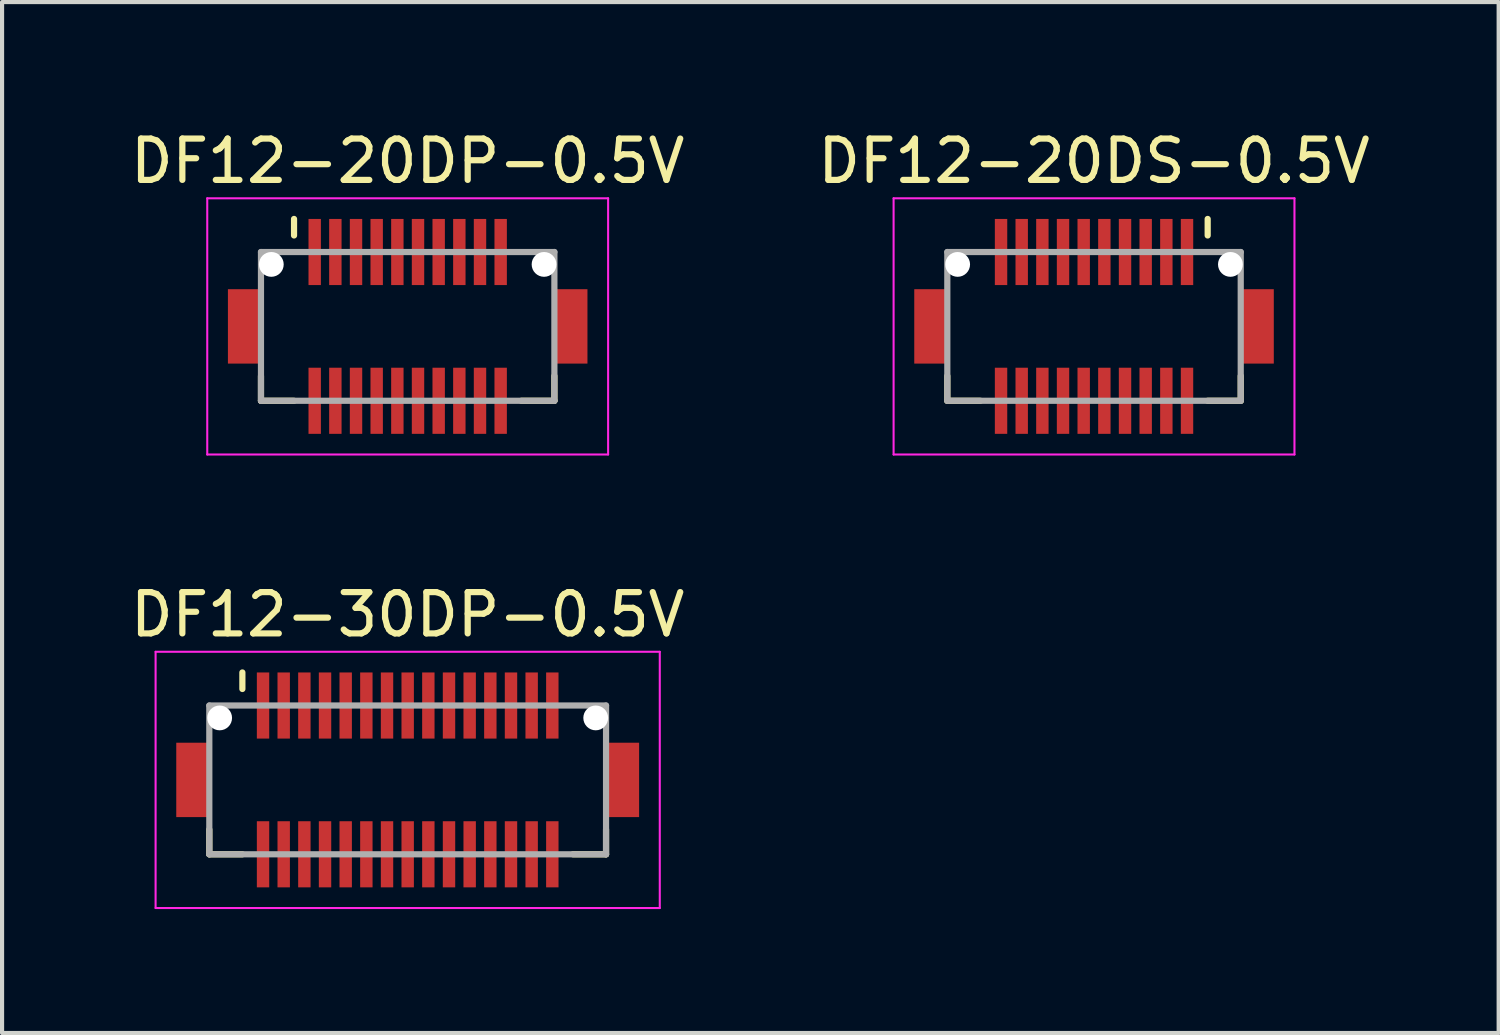
<source format=kicad_pcb>
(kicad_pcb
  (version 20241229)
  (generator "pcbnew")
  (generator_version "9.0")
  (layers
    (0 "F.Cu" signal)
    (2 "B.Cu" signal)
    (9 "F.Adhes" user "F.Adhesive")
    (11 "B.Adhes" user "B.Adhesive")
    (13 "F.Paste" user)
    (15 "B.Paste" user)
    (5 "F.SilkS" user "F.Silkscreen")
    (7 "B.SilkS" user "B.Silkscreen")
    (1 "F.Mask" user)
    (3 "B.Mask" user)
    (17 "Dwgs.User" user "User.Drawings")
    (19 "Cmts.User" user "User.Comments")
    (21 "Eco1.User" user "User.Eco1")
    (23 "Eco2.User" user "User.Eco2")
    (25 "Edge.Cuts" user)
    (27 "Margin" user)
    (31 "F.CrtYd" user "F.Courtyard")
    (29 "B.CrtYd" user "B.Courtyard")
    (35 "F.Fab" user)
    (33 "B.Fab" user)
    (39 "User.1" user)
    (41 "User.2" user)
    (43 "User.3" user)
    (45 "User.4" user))
  (footprint "DF12-20DS-0.5V"
    (layer "F.Cu")
    (at 23.423 4.848)
    (property "Reference" "DF12-20DS-0.5V" (at 0 -4 0) (layer "F.SilkS") (effects (font (size 1 1) (thickness 0.15))))
    (attr smd)
    (fp_line (start -3.55 1.2) (end -3.55 1.8) (stroke (width 0.15) (type solid)) (layer "F.SilkS"))
    (fp_line (start -3.55 1.8) (end -2.75 1.8) (stroke (width 0.15) (type solid)) (layer "F.SilkS"))
    (fp_line (start 2.75 -2.6) (end 2.75 -2.2) (stroke (width 0.15) (type solid)) (layer "F.SilkS"))
    (fp_line (start 2.75 1.8) (end 3.55 1.8) (stroke (width 0.15) (type solid)) (layer "F.SilkS"))
    (fp_line (start 3.55 1.2) (end 3.55 1.8) (stroke (width 0.15) (type solid)) (layer "F.SilkS"))
    (fp_line (start -4.85 -3.1) (end -4.85 3.1) (stroke (width 0.05) (type solid)) (layer "F.CrtYd"))
    (fp_line (start -4.85 -3.1) (end 4.85 -3.1) (stroke (width 0.05) (type solid)) (layer "F.CrtYd"))
    (fp_line (start -4.85 3.1) (end 4.85 3.1) (stroke (width 0.05) (type solid)) (layer "F.CrtYd"))
    (fp_line (start 4.85 -3.1) (end 4.85 3.1) (stroke (width 0.05) (type solid)) (layer "F.CrtYd"))
    (fp_line (start -3.55 -1.8) (end -3.55 1.8) (stroke (width 0.15) (type solid)) (layer "F.Fab"))
    (fp_line (start -3.55 -1.8) (end 3.55 -1.8) (stroke (width 0.15) (type solid)) (layer "F.Fab"))
    (fp_line (start -3.55 1.8) (end 3.55 1.8) (stroke (width 0.15) (type solid)) (layer "F.Fab"))
    (fp_line (start 3.55 -1.8) (end 3.55 1.8) (stroke (width 0.15) (type solid)) (layer "F.Fab"))
    (pad "" np_thru_hole circle (at -3.3 -1.5) (size 0.6 0.6) (drill 0.6) (layers "*.Cu" "*.Mask"))
    (pad "" np_thru_hole circle (at 3.3 -1.5) (size 0.6 0.6) (drill 0.6) (layers "*.Cu" "*.Mask"))
    (pad "1" smd rect (at 2.25 -1.8) (size 0.3 1.6) (layers "F.Cu" "F.Mask" "F.Paste"))
    (pad "2" smd rect (at 2.25 1.8) (size 0.3 1.6) (layers "F.Cu" "F.Mask" "F.Paste"))
    (pad "3" smd rect (at 1.75 -1.8) (size 0.3 1.6) (layers "F.Cu" "F.Mask" "F.Paste"))
    (pad "4" smd rect (at 1.75 1.8) (size 0.3 1.6) (layers "F.Cu" "F.Mask" "F.Paste"))
    (pad "5" smd rect (at 1.25 -1.8) (size 0.3 1.6) (layers "F.Cu" "F.Mask" "F.Paste"))
    (pad "6" smd rect (at 1.25 1.8) (size 0.3 1.6) (layers "F.Cu" "F.Mask" "F.Paste"))
    (pad "7" smd rect (at 0.75 -1.8) (size 0.3 1.6) (layers "F.Cu" "F.Mask" "F.Paste"))
    (pad "8" smd rect (at 0.75 1.8) (size 0.3 1.6) (layers "F.Cu" "F.Mask" "F.Paste"))
    (pad "9" smd rect (at 0.25 -1.8) (size 0.3 1.6) (layers "F.Cu" "F.Mask" "F.Paste"))
    (pad "10" smd rect (at 0.25 1.8) (size 0.3 1.6) (layers "F.Cu" "F.Mask" "F.Paste"))
    (pad "11" smd rect (at -0.25 -1.8) (size 0.3 1.6) (layers "F.Cu" "F.Mask" "F.Paste"))
    (pad "12" smd rect (at -0.25 1.8) (size 0.3 1.6) (layers "F.Cu" "F.Mask" "F.Paste"))
    (pad "13" smd rect (at -0.75 -1.8) (size 0.3 1.6) (layers "F.Cu" "F.Mask" "F.Paste"))
    (pad "14" smd rect (at -0.75 1.8) (size 0.3 1.6) (layers "F.Cu" "F.Mask" "F.Paste"))
    (pad "15" smd rect (at -1.25 -1.8) (size 0.3 1.6) (layers "F.Cu" "F.Mask" "F.Paste"))
    (pad "16" smd rect (at -1.25 1.8) (size 0.3 1.6) (layers "F.Cu" "F.Mask" "F.Paste"))
    (pad "17" smd rect (at -1.75 -1.8) (size 0.3 1.6) (layers "F.Cu" "F.Mask" "F.Paste"))
    (pad "18" smd rect (at -1.75 1.8) (size 0.3 1.6) (layers "F.Cu" "F.Mask" "F.Paste"))
    (pad "19" smd rect (at -2.25 -1.8) (size 0.3 1.6) (layers "F.Cu" "F.Mask" "F.Paste"))
    (pad "20" smd rect (at -2.25 1.8) (size 0.3 1.6) (layers "F.Cu" "F.Mask" "F.Paste"))
    (pad "S" smd rect (at -3.95 0) (size 0.8 1.8) (layers "F.Cu" "F.Mask" "F.Paste"))
    (pad "S" smd rect (at 3.95 0) (size 0.8 1.8) (layers "F.Cu" "F.Mask" "F.Paste")))
  (footprint "DF12-30DP-0.5V"
    (layer "F.Cu")
    (at 6.815 15.822)
    (property "Reference" "DF12-30DP-0.5V" (at 0 -4 0) (layer "F.SilkS") (effects (font (size 1 1) (thickness 0.15))))
    (attr smd)
    (fp_line (start -4.8 1.2) (end -4.8 1.8) (stroke (width 0.15) (type solid)) (layer "F.SilkS"))
    (fp_line (start -4.8 1.8) (end -4 1.8) (stroke (width 0.15) (type solid)) (layer "F.SilkS"))
    (fp_line (start -4 -2.6) (end -4 -2.2) (stroke (width 0.15) (type solid)) (layer "F.SilkS"))
    (fp_line (start 4 1.8) (end 4.8 1.8) (stroke (width 0.15) (type solid)) (layer "F.SilkS"))
    (fp_line (start 4.8 1.2) (end 4.8 1.8) (stroke (width 0.15) (type solid)) (layer "F.SilkS"))
    (fp_line (start -6.1 -3.1) (end -6.1 3.1) (stroke (width 0.05) (type solid)) (layer "F.CrtYd"))
    (fp_line (start -6.1 -3.1) (end 6.1 -3.1) (stroke (width 0.05) (type solid)) (layer "F.CrtYd"))
    (fp_line (start -6.1 3.1) (end 6.1 3.1) (stroke (width 0.05) (type solid)) (layer "F.CrtYd"))
    (fp_line (start 6.1 -3.1) (end 6.1 3.1) (stroke (width 0.05) (type solid)) (layer "F.CrtYd"))
    (fp_line (start -4.8 -1.8) (end -4.8 1.8) (stroke (width 0.15) (type solid)) (layer "F.Fab"))
    (fp_line (start -4.8 -1.8) (end 4.8 -1.8) (stroke (width 0.15) (type solid)) (layer "F.Fab"))
    (fp_line (start -4.8 1.8) (end 4.8 1.8) (stroke (width 0.15) (type solid)) (layer "F.Fab"))
    (fp_line (start 4.8 -1.8) (end 4.8 1.8) (stroke (width 0.15) (type solid)) (layer "F.Fab"))
    (pad "" np_thru_hole circle (at -4.55 -1.5) (size 0.6 0.6) (drill 0.6) (layers "*.Cu" "*.Mask"))
    (pad "" np_thru_hole circle (at 4.55 -1.5) (size 0.6 0.6) (drill 0.6) (layers "*.Cu" "*.Mask"))
    (pad "1" smd rect (at -3.5 -1.8) (size 0.3 1.6) (layers "F.Cu" "F.Mask" "F.Paste"))
    (pad "2" smd rect (at -3.5 1.8) (size 0.3 1.6) (layers "F.Cu" "F.Mask" "F.Paste"))
    (pad "3" smd rect (at -3 -1.8) (size 0.3 1.6) (layers "F.Cu" "F.Mask" "F.Paste"))
    (pad "4" smd rect (at -3 1.8) (size 0.3 1.6) (layers "F.Cu" "F.Mask" "F.Paste"))
    (pad "5" smd rect (at -2.5 -1.8) (size 0.3 1.6) (layers "F.Cu" "F.Mask" "F.Paste"))
    (pad "6" smd rect (at -2.5 1.8) (size 0.3 1.6) (layers "F.Cu" "F.Mask" "F.Paste"))
    (pad "7" smd rect (at -2 -1.8) (size 0.3 1.6) (layers "F.Cu" "F.Mask" "F.Paste"))
    (pad "8" smd rect (at -2 1.8) (size 0.3 1.6) (layers "F.Cu" "F.Mask" "F.Paste"))
    (pad "9" smd rect (at -1.5 -1.8) (size 0.3 1.6) (layers "F.Cu" "F.Mask" "F.Paste"))
    (pad "10" smd rect (at -1.5 1.8) (size 0.3 1.6) (layers "F.Cu" "F.Mask" "F.Paste"))
    (pad "11" smd rect (at -1 -1.8) (size 0.3 1.6) (layers "F.Cu" "F.Mask" "F.Paste"))
    (pad "12" smd rect (at -1 1.8) (size 0.3 1.6) (layers "F.Cu" "F.Mask" "F.Paste"))
    (pad "13" smd rect (at -0.5 -1.8) (size 0.3 1.6) (layers "F.Cu" "F.Mask" "F.Paste"))
    (pad "14" smd rect (at -0.5 1.8) (size 0.3 1.6) (layers "F.Cu" "F.Mask" "F.Paste"))
    (pad "15" smd rect (at 0 -1.8) (size 0.3 1.6) (layers "F.Cu" "F.Mask" "F.Paste"))
    (pad "16" smd rect (at 0 1.8) (size 0.3 1.6) (layers "F.Cu" "F.Mask" "F.Paste"))
    (pad "17" smd rect (at 0.5 -1.8) (size 0.3 1.6) (layers "F.Cu" "F.Mask" "F.Paste"))
    (pad "18" smd rect (at 0.5 1.8) (size 0.3 1.6) (layers "F.Cu" "F.Mask" "F.Paste"))
    (pad "19" smd rect (at 1 -1.8) (size 0.3 1.6) (layers "F.Cu" "F.Mask" "F.Paste"))
    (pad "20" smd rect (at 1 1.8) (size 0.3 1.6) (layers "F.Cu" "F.Mask" "F.Paste"))
    (pad "21" smd rect (at 1.5 -1.8) (size 0.3 1.6) (layers "F.Cu" "F.Mask" "F.Paste"))
    (pad "22" smd rect (at 1.5 1.8) (size 0.3 1.6) (layers "F.Cu" "F.Mask" "F.Paste"))
    (pad "23" smd rect (at 2 -1.8) (size 0.3 1.6) (layers "F.Cu" "F.Mask" "F.Paste"))
    (pad "24" smd rect (at 2 1.8) (size 0.3 1.6) (layers "F.Cu" "F.Mask" "F.Paste"))
    (pad "25" smd rect (at 2.5 -1.8) (size 0.3 1.6) (layers "F.Cu" "F.Mask" "F.Paste"))
    (pad "26" smd rect (at 2.5 1.8) (size 0.3 1.6) (layers "F.Cu" "F.Mask" "F.Paste"))
    (pad "27" smd rect (at 3 -1.8) (size 0.3 1.6) (layers "F.Cu" "F.Mask" "F.Paste"))
    (pad "28" smd rect (at 3 1.8) (size 0.3 1.6) (layers "F.Cu" "F.Mask" "F.Paste"))
    (pad "29" smd rect (at 3.5 -1.8) (size 0.3 1.6) (layers "F.Cu" "F.Mask" "F.Paste"))
    (pad "30" smd rect (at 3.5 1.8) (size 0.3 1.6) (layers "F.Cu" "F.Mask" "F.Paste"))
    (pad "S" smd rect (at -5.2 0) (size 0.8 1.8) (layers "F.Cu" "F.Mask" "F.Paste"))
    (pad "S" smd rect (at 5.2 0) (size 0.8 1.8) (layers "F.Cu" "F.Mask" "F.Paste")))
  (footprint "DF12-20DP-0.5V"
    (layer "F.Cu")
    (at 6.815 4.848)
    (property "Reference" "DF12-20DP-0.5V" (at 0 -4 0) (layer "F.SilkS") (effects (font (size 1 1) (thickness 0.15))))
    (attr smd)
    (fp_line (start -3.55 1.2) (end -3.55 1.8) (stroke (width 0.15) (type solid)) (layer "F.SilkS"))
    (fp_line (start -3.55 1.8) (end -2.75 1.8) (stroke (width 0.15) (type solid)) (layer "F.SilkS"))
    (fp_line (start -2.75 -2.6) (end -2.75 -2.2) (stroke (width 0.15) (type solid)) (layer "F.SilkS"))
    (fp_line (start 2.75 1.8) (end 3.55 1.8) (stroke (width 0.15) (type solid)) (layer "F.SilkS"))
    (fp_line (start 3.55 1.2) (end 3.55 1.8) (stroke (width 0.15) (type solid)) (layer "F.SilkS"))
    (fp_line (start -4.85 -3.1) (end -4.85 3.1) (stroke (width 0.05) (type solid)) (layer "F.CrtYd"))
    (fp_line (start -4.85 -3.1) (end 4.85 -3.1) (stroke (width 0.05) (type solid)) (layer "F.CrtYd"))
    (fp_line (start -4.85 3.1) (end 4.85 3.1) (stroke (width 0.05) (type solid)) (layer "F.CrtYd"))
    (fp_line (start 4.85 -3.1) (end 4.85 3.1) (stroke (width 0.05) (type solid)) (layer "F.CrtYd"))
    (fp_line (start -3.55 -1.8) (end -3.55 1.8) (stroke (width 0.15) (type solid)) (layer "F.Fab"))
    (fp_line (start -3.55 -1.8) (end 3.55 -1.8) (stroke (width 0.15) (type solid)) (layer "F.Fab"))
    (fp_line (start -3.55 1.8) (end 3.55 1.8) (stroke (width 0.15) (type solid)) (layer "F.Fab"))
    (fp_line (start 3.55 -1.8) (end 3.55 1.8) (stroke (width 0.15) (type solid)) (layer "F.Fab"))
    (pad "" np_thru_hole circle (at -3.3 -1.5) (size 0.6 0.6) (drill 0.6) (layers "*.Cu" "*.Mask"))
    (pad "" np_thru_hole circle (at 3.3 -1.5) (size 0.6 0.6) (drill 0.6) (layers "*.Cu" "*.Mask"))
    (pad "1" smd rect (at -2.25 -1.8) (size 0.3 1.6) (layers "F.Cu" "F.Mask" "F.Paste"))
    (pad "2" smd rect (at -2.25 1.8) (size 0.3 1.6) (layers "F.Cu" "F.Mask" "F.Paste"))
    (pad "3" smd rect (at -1.75 -1.8) (size 0.3 1.6) (layers "F.Cu" "F.Mask" "F.Paste"))
    (pad "4" smd rect (at -1.75 1.8) (size 0.3 1.6) (layers "F.Cu" "F.Mask" "F.Paste"))
    (pad "5" smd rect (at -1.25 -1.8) (size 0.3 1.6) (layers "F.Cu" "F.Mask" "F.Paste"))
    (pad "6" smd rect (at -1.25 1.8) (size 0.3 1.6) (layers "F.Cu" "F.Mask" "F.Paste"))
    (pad "7" smd rect (at -0.75 -1.8) (size 0.3 1.6) (layers "F.Cu" "F.Mask" "F.Paste"))
    (pad "8" smd rect (at -0.75 1.8) (size 0.3 1.6) (layers "F.Cu" "F.Mask" "F.Paste"))
    (pad "9" smd rect (at -0.25 -1.8) (size 0.3 1.6) (layers "F.Cu" "F.Mask" "F.Paste"))
    (pad "10" smd rect (at -0.25 1.8) (size 0.3 1.6) (layers "F.Cu" "F.Mask" "F.Paste"))
    (pad "11" smd rect (at 0.25 -1.8) (size 0.3 1.6) (layers "F.Cu" "F.Mask" "F.Paste"))
    (pad "12" smd rect (at 0.25 1.8) (size 0.3 1.6) (layers "F.Cu" "F.Mask" "F.Paste"))
    (pad "13" smd rect (at 0.75 -1.8) (size 0.3 1.6) (layers "F.Cu" "F.Mask" "F.Paste"))
    (pad "14" smd rect (at 0.75 1.8) (size 0.3 1.6) (layers "F.Cu" "F.Mask" "F.Paste"))
    (pad "15" smd rect (at 1.25 -1.8) (size 0.3 1.6) (layers "F.Cu" "F.Mask" "F.Paste"))
    (pad "16" smd rect (at 1.25 1.8) (size 0.3 1.6) (layers "F.Cu" "F.Mask" "F.Paste"))
    (pad "17" smd rect (at 1.75 -1.8) (size 0.3 1.6) (layers "F.Cu" "F.Mask" "F.Paste"))
    (pad "18" smd rect (at 1.75 1.8) (size 0.3 1.6) (layers "F.Cu" "F.Mask" "F.Paste"))
    (pad "19" smd rect (at 2.25 -1.8) (size 0.3 1.6) (layers "F.Cu" "F.Mask" "F.Paste"))
    (pad "20" smd rect (at 2.25 1.8) (size 0.3 1.6) (layers "F.Cu" "F.Mask" "F.Paste"))
    (pad "S" smd rect (at -3.95 0) (size 0.8 1.8) (layers "F.Cu" "F.Mask" "F.Paste"))
    (pad "S" smd rect (at 3.95 0) (size 0.8 1.8) (layers "F.Cu" "F.Mask" "F.Paste")))
  (gr_rect
    (start -3 -3)
    (end 33.214 21.947)
    (stroke (width 0.1) (type default))
    (fill no)
    (layer "Edge.Cuts")))
</source>
